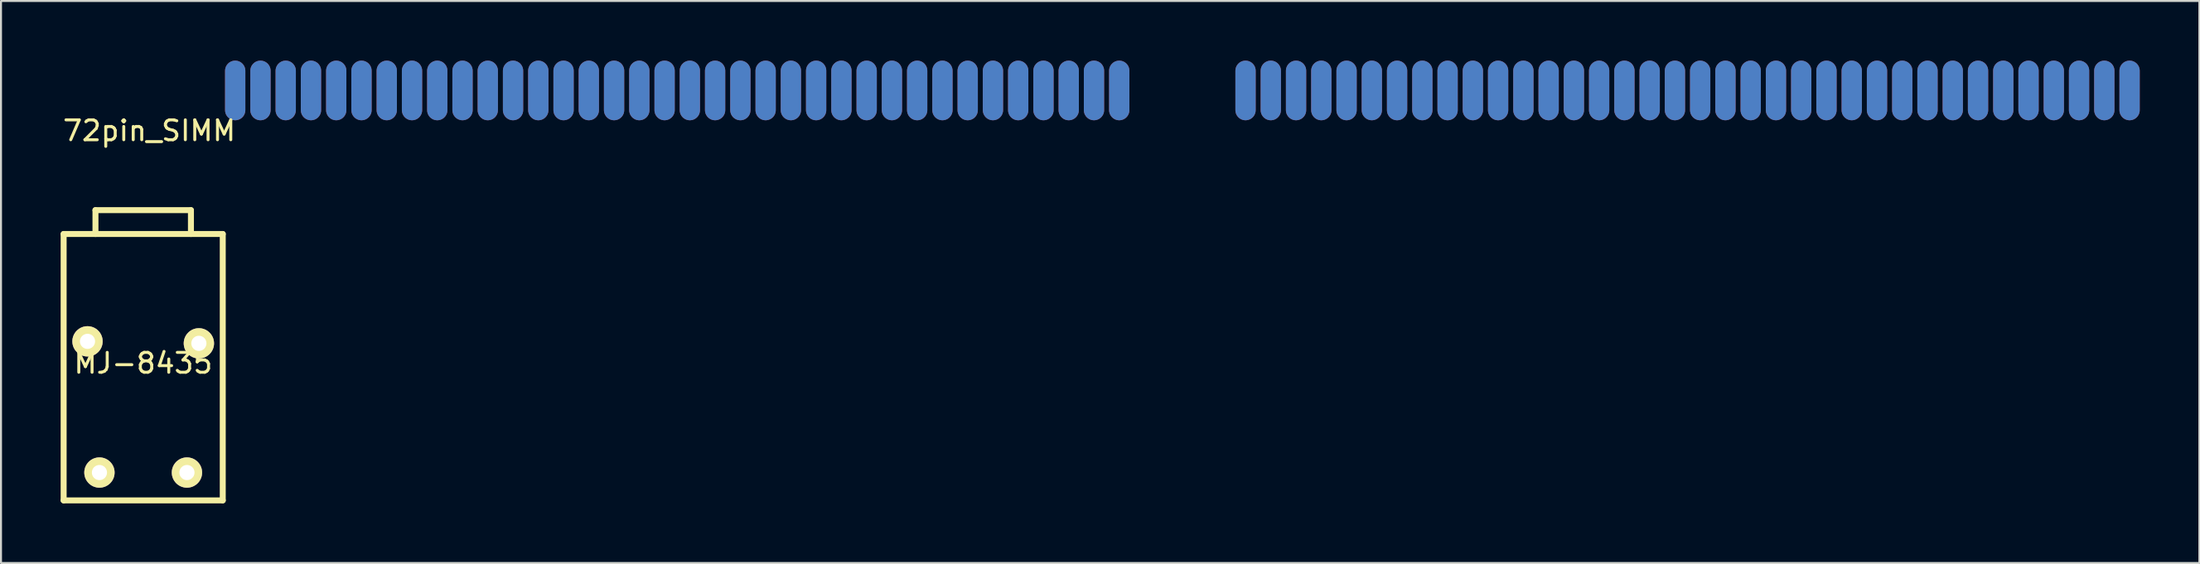
<source format=kicad_pcb>
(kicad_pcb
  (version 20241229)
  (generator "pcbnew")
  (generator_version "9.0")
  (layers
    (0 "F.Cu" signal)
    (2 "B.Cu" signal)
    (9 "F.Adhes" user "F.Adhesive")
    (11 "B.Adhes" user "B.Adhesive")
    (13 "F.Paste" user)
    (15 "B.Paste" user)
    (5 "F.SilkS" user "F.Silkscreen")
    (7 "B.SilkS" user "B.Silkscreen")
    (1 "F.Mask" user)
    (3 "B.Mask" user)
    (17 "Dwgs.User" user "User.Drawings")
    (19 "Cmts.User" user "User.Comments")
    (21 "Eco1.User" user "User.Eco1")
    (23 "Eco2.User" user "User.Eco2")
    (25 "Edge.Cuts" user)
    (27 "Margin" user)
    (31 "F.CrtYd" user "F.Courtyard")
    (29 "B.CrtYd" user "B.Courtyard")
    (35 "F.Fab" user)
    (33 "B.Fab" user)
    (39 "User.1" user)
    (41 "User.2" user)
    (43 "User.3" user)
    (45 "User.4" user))
  (footprint "72pin_SIMM"
    (layer "F.Cu")
    (at 4.458 3.024)
    (property "Reference" "72pin_SIMM" (at 0 0.5 0) (layer "F.SilkS") (effects (font (size 1 1) (thickness 0.15))))
    (attr through_hole)
    (pad "1" smd oval (at 4.318 -1.524) (size 1.02 3) (layers "F.Cu" "F.Mask" "F.Paste"))
    (pad "1" smd oval (at 4.318 -1.524) (size 1.02 3) (layers "B.Cu" "B.Mask" "B.Paste"))
    (pad "2" smd oval (at 5.588 -1.524) (size 1.02 3) (layers "F.Cu" "F.Mask" "F.Paste"))
    (pad "2" smd oval (at 5.588 -1.524) (size 1.02 3) (layers "B.Cu" "B.Mask" "B.Paste"))
    (pad "3" smd oval (at 6.858 -1.524) (size 1.02 3) (layers "F.Cu" "F.Mask" "F.Paste"))
    (pad "3" smd oval (at 6.858 -1.524) (size 1.02 3) (layers "B.Cu" "B.Mask" "B.Paste"))
    (pad "4" smd oval (at 8.128 -1.524) (size 1.02 3) (layers "F.Cu" "F.Mask" "F.Paste"))
    (pad "4" smd oval (at 8.128 -1.524) (size 1.02 3) (layers "B.Cu" "B.Mask" "B.Paste"))
    (pad "5" smd oval (at 9.398 -1.524) (size 1.02 3) (layers "F.Cu" "F.Mask" "F.Paste"))
    (pad "5" smd oval (at 9.398 -1.524) (size 1.02 3) (layers "B.Cu" "B.Mask" "B.Paste"))
    (pad "6" smd oval (at 10.668 -1.524) (size 1.02 3) (layers "F.Cu" "F.Mask" "F.Paste"))
    (pad "6" smd oval (at 10.668 -1.524) (size 1.02 3) (layers "B.Cu" "B.Mask" "B.Paste"))
    (pad "7" smd oval (at 11.938 -1.524) (size 1.02 3) (layers "F.Cu" "F.Mask" "F.Paste"))
    (pad "7" smd oval (at 11.938 -1.524) (size 1.02 3) (layers "B.Cu" "B.Mask" "B.Paste"))
    (pad "8" smd oval (at 13.208 -1.524) (size 1.02 3) (layers "F.Cu" "F.Mask" "F.Paste"))
    (pad "8" smd oval (at 13.208 -1.524) (size 1.02 3) (layers "B.Cu" "B.Mask" "B.Paste"))
    (pad "9" smd oval (at 14.478 -1.524) (size 1.02 3) (layers "F.Cu" "F.Mask" "F.Paste"))
    (pad "9" smd oval (at 14.478 -1.524) (size 1.02 3) (layers "B.Cu" "B.Mask" "B.Paste"))
    (pad "10" smd oval (at 15.748 -1.524) (size 1.02 3) (layers "F.Cu" "F.Mask" "F.Paste"))
    (pad "10" smd oval (at 15.748 -1.524) (size 1.02 3) (layers "B.Cu" "B.Mask" "B.Paste"))
    (pad "11" smd oval (at 17.018 -1.524) (size 1.02 3) (layers "F.Cu" "F.Mask" "F.Paste"))
    (pad "11" smd oval (at 17.018 -1.524) (size 1.02 3) (layers "B.Cu" "B.Mask" "B.Paste"))
    (pad "12" smd oval (at 18.288 -1.524) (size 1.02 3) (layers "F.Cu" "F.Mask" "F.Paste"))
    (pad "12" smd oval (at 18.288 -1.524) (size 1.02 3) (layers "B.Cu" "B.Mask" "B.Paste"))
    (pad "13" smd oval (at 19.558 -1.524) (size 1.02 3) (layers "F.Cu" "F.Mask" "F.Paste"))
    (pad "13" smd oval (at 19.558 -1.524) (size 1.02 3) (layers "B.Cu" "B.Mask" "B.Paste"))
    (pad "14" smd oval (at 20.828 -1.524) (size 1.02 3) (layers "F.Cu" "F.Mask" "F.Paste"))
    (pad "14" smd oval (at 20.828 -1.524) (size 1.02 3) (layers "B.Cu" "B.Mask" "B.Paste"))
    (pad "15" smd oval (at 22.098 -1.524) (size 1.02 3) (layers "F.Cu" "F.Mask" "F.Paste"))
    (pad "15" smd oval (at 22.098 -1.524) (size 1.02 3) (layers "B.Cu" "B.Mask" "B.Paste"))
    (pad "16" smd oval (at 23.368 -1.524) (size 1.02 3) (layers "F.Cu" "F.Mask" "F.Paste"))
    (pad "16" smd oval (at 23.368 -1.524) (size 1.02 3) (layers "B.Cu" "B.Mask" "B.Paste"))
    (pad "17" smd oval (at 24.638 -1.524) (size 1.02 3) (layers "F.Cu" "F.Mask" "F.Paste"))
    (pad "17" smd oval (at 24.638 -1.524) (size 1.02 3) (layers "B.Cu" "B.Mask" "B.Paste"))
    (pad "18" smd oval (at 25.908 -1.524) (size 1.02 3) (layers "F.Cu" "F.Mask" "F.Paste"))
    (pad "18" smd oval (at 25.908 -1.524) (size 1.02 3) (layers "B.Cu" "B.Mask" "B.Paste"))
    (pad "19" smd oval (at 27.178 -1.524) (size 1.02 3) (layers "F.Cu" "F.Mask" "F.Paste"))
    (pad "19" smd oval (at 27.178 -1.524) (size 1.02 3) (layers "B.Cu" "B.Mask" "B.Paste"))
    (pad "20" smd oval (at 28.448 -1.524) (size 1.02 3) (layers "F.Cu" "F.Mask" "F.Paste"))
    (pad "20" smd oval (at 28.448 -1.524) (size 1.02 3) (layers "B.Cu" "B.Mask" "B.Paste"))
    (pad "21" smd oval (at 29.718 -1.524) (size 1.02 3) (layers "F.Cu" "F.Mask" "F.Paste"))
    (pad "21" smd oval (at 29.718 -1.524) (size 1.02 3) (layers "B.Cu" "B.Mask" "B.Paste"))
    (pad "22" smd oval (at 30.988 -1.524) (size 1.02 3) (layers "F.Cu" "F.Mask" "F.Paste"))
    (pad "22" smd oval (at 30.988 -1.524) (size 1.02 3) (layers "B.Cu" "B.Mask" "B.Paste"))
    (pad "23" smd oval (at 32.258 -1.524) (size 1.02 3) (layers "F.Cu" "F.Mask" "F.Paste"))
    (pad "23" smd oval (at 32.258 -1.524) (size 1.02 3) (layers "B.Cu" "B.Mask" "B.Paste"))
    (pad "24" smd oval (at 33.528 -1.524) (size 1.02 3) (layers "F.Cu" "F.Mask" "F.Paste"))
    (pad "24" smd oval (at 33.528 -1.524) (size 1.02 3) (layers "B.Cu" "B.Mask" "B.Paste"))
    (pad "25" smd oval (at 34.798 -1.524) (size 1.02 3) (layers "F.Cu" "F.Mask" "F.Paste"))
    (pad "25" smd oval (at 34.798 -1.524) (size 1.02 3) (layers "B.Cu" "B.Mask" "B.Paste"))
    (pad "26" smd oval (at 36.068 -1.524) (size 1.02 3) (layers "F.Cu" "F.Mask" "F.Paste"))
    (pad "26" smd oval (at 36.068 -1.524) (size 1.02 3) (layers "B.Cu" "B.Mask" "B.Paste"))
    (pad "27" smd oval (at 37.338 -1.524) (size 1.02 3) (layers "F.Cu" "F.Mask" "F.Paste"))
    (pad "27" smd oval (at 37.338 -1.524) (size 1.02 3) (layers "B.Cu" "B.Mask" "B.Paste"))
    (pad "28" smd oval (at 38.608 -1.524) (size 1.02 3) (layers "F.Cu" "F.Mask" "F.Paste"))
    (pad "28" smd oval (at 38.608 -1.524) (size 1.02 3) (layers "B.Cu" "B.Mask" "B.Paste"))
    (pad "29" smd oval (at 39.878 -1.524) (size 1.02 3) (layers "F.Cu" "F.Mask" "F.Paste"))
    (pad "29" smd oval (at 39.878 -1.524) (size 1.02 3) (layers "B.Cu" "B.Mask" "B.Paste"))
    (pad "30" smd oval (at 41.148 -1.524) (size 1.02 3) (layers "F.Cu" "F.Mask" "F.Paste"))
    (pad "30" smd oval (at 41.148 -1.524) (size 1.02 3) (layers "B.Cu" "B.Mask" "B.Paste"))
    (pad "31" smd oval (at 42.418 -1.524) (size 1.02 3) (layers "F.Cu" "F.Mask" "F.Paste"))
    (pad "31" smd oval (at 42.418 -1.524) (size 1.02 3) (layers "B.Cu" "B.Mask" "B.Paste"))
    (pad "32" smd oval (at 43.688 -1.524) (size 1.02 3) (layers "F.Cu" "F.Mask" "F.Paste"))
    (pad "32" smd oval (at 43.688 -1.524) (size 1.02 3) (layers "B.Cu" "B.Mask" "B.Paste"))
    (pad "33" smd oval (at 44.958 -1.524) (size 1.02 3) (layers "F.Cu" "F.Mask" "F.Paste"))
    (pad "33" smd oval (at 44.958 -1.524) (size 1.02 3) (layers "B.Cu" "B.Mask" "B.Paste"))
    (pad "34" smd oval (at 46.228 -1.524) (size 1.02 3) (layers "F.Cu" "F.Mask" "F.Paste"))
    (pad "34" smd oval (at 46.228 -1.524) (size 1.02 3) (layers "B.Cu" "B.Mask" "B.Paste"))
    (pad "35" smd oval (at 47.498 -1.524) (size 1.02 3) (layers "F.Cu" "F.Mask" "F.Paste"))
    (pad "35" smd oval (at 47.498 -1.524) (size 1.02 3) (layers "B.Cu" "B.Mask" "B.Paste"))
    (pad "36" smd oval (at 48.768 -1.524) (size 1.02 3) (layers "F.Cu" "F.Mask" "F.Paste"))
    (pad "36" smd oval (at 48.768 -1.524) (size 1.02 3) (layers "B.Cu" "B.Mask" "B.Paste"))
    (pad "37" smd oval (at 55.118 -1.524) (size 1.02 3) (layers "F.Cu" "F.Mask" "F.Paste"))
    (pad "37" smd oval (at 55.118 -1.524) (size 1.02 3) (layers "B.Cu" "B.Mask" "B.Paste"))
    (pad "38" smd oval (at 56.388 -1.524) (size 1.02 3) (layers "F.Cu" "F.Mask" "F.Paste"))
    (pad "38" smd oval (at 56.388 -1.524) (size 1.02 3) (layers "B.Cu" "B.Mask" "B.Paste"))
    (pad "39" smd oval (at 57.658 -1.524) (size 1.02 3) (layers "F.Cu" "F.Mask" "F.Paste"))
    (pad "39" smd oval (at 57.658 -1.524) (size 1.02 3) (layers "B.Cu" "B.Mask" "B.Paste"))
    (pad "40" smd oval (at 58.928 -1.524) (size 1.02 3) (layers "F.Cu" "F.Mask" "F.Paste"))
    (pad "40" smd oval (at 58.928 -1.524) (size 1.02 3) (layers "B.Cu" "B.Mask" "B.Paste"))
    (pad "41" smd oval (at 60.198 -1.524) (size 1.02 3) (layers "F.Cu" "F.Mask" "F.Paste"))
    (pad "41" smd oval (at 60.198 -1.524) (size 1.02 3) (layers "B.Cu" "B.Mask" "B.Paste"))
    (pad "42" smd oval (at 61.468 -1.524) (size 1.02 3) (layers "F.Cu" "F.Mask" "F.Paste"))
    (pad "42" smd oval (at 61.468 -1.524) (size 1.02 3) (layers "B.Cu" "B.Mask" "B.Paste"))
    (pad "43" smd oval (at 62.738 -1.524) (size 1.02 3) (layers "F.Cu" "F.Mask" "F.Paste"))
    (pad "43" smd oval (at 62.738 -1.524) (size 1.02 3) (layers "B.Cu" "B.Mask" "B.Paste"))
    (pad "44" smd oval (at 64.008 -1.524) (size 1.02 3) (layers "F.Cu" "F.Mask" "F.Paste"))
    (pad "44" smd oval (at 64.008 -1.524) (size 1.02 3) (layers "B.Cu" "B.Mask" "B.Paste"))
    (pad "45" smd oval (at 65.278 -1.524) (size 1.02 3) (layers "F.Cu" "F.Mask" "F.Paste"))
    (pad "45" smd oval (at 65.278 -1.524) (size 1.02 3) (layers "B.Cu" "B.Mask" "B.Paste"))
    (pad "46" smd oval (at 66.548 -1.524) (size 1.02 3) (layers "F.Cu" "F.Mask" "F.Paste"))
    (pad "46" smd oval (at 66.548 -1.524) (size 1.02 3) (layers "B.Cu" "B.Mask" "B.Paste"))
    (pad "47" smd oval (at 67.818 -1.524) (size 1.02 3) (layers "F.Cu" "F.Mask" "F.Paste"))
    (pad "47" smd oval (at 67.818 -1.524) (size 1.02 3) (layers "B.Cu" "B.Mask" "B.Paste"))
    (pad "48" smd oval (at 69.088 -1.524) (size 1.02 3) (layers "F.Cu" "F.Mask" "F.Paste"))
    (pad "48" smd oval (at 69.088 -1.524) (size 1.02 3) (layers "B.Cu" "B.Mask" "B.Paste"))
    (pad "49" smd oval (at 70.358 -1.524) (size 1.02 3) (layers "F.Cu" "F.Mask" "F.Paste"))
    (pad "49" smd oval (at 70.358 -1.524) (size 1.02 3) (layers "B.Cu" "B.Mask" "B.Paste"))
    (pad "50" smd oval (at 71.628 -1.524) (size 1.02 3) (layers "F.Cu" "F.Mask" "F.Paste"))
    (pad "50" smd oval (at 71.628 -1.524) (size 1.02 3) (layers "B.Cu" "B.Mask" "B.Paste"))
    (pad "51" smd oval (at 72.898 -1.524) (size 1.02 3) (layers "F.Cu" "F.Mask" "F.Paste"))
    (pad "51" smd oval (at 72.898 -1.524) (size 1.02 3) (layers "B.Cu" "B.Mask" "B.Paste"))
    (pad "52" smd oval (at 74.168 -1.524) (size 1.02 3) (layers "F.Cu" "F.Mask" "F.Paste"))
    (pad "52" smd oval (at 74.168 -1.524) (size 1.02 3) (layers "B.Cu" "B.Mask" "B.Paste"))
    (pad "53" smd oval (at 75.438 -1.524) (size 1.02 3) (layers "F.Cu" "F.Mask" "F.Paste"))
    (pad "53" smd oval (at 75.438 -1.524) (size 1.02 3) (layers "B.Cu" "B.Mask" "B.Paste"))
    (pad "54" smd oval (at 76.708 -1.524) (size 1.02 3) (layers "F.Cu" "F.Mask" "F.Paste"))
    (pad "54" smd oval (at 76.708 -1.524) (size 1.02 3) (layers "B.Cu" "B.Mask" "B.Paste"))
    (pad "55" smd oval (at 77.978 -1.524) (size 1.02 3) (layers "F.Cu" "F.Mask" "F.Paste"))
    (pad "55" smd oval (at 77.978 -1.524) (size 1.02 3) (layers "B.Cu" "B.Mask" "B.Paste"))
    (pad "56" smd oval (at 79.248 -1.524) (size 1.02 3) (layers "F.Cu" "F.Mask" "F.Paste"))
    (pad "56" smd oval (at 79.248 -1.524) (size 1.02 3) (layers "B.Cu" "B.Mask" "B.Paste"))
    (pad "57" smd oval (at 80.518 -1.524) (size 1.02 3) (layers "F.Cu" "F.Mask" "F.Paste"))
    (pad "57" smd oval (at 80.518 -1.524) (size 1.02 3) (layers "B.Cu" "B.Mask" "B.Paste"))
    (pad "58" smd oval (at 81.788 -1.524) (size 1.02 3) (layers "F.Cu" "F.Mask" "F.Paste"))
    (pad "58" smd oval (at 81.788 -1.524) (size 1.02 3) (layers "B.Cu" "B.Mask" "B.Paste"))
    (pad "59" smd oval (at 83.058 -1.524) (size 1.02 3) (layers "F.Cu" "F.Mask" "F.Paste"))
    (pad "59" smd oval (at 83.058 -1.524) (size 1.02 3) (layers "B.Cu" "B.Mask" "B.Paste"))
    (pad "60" smd oval (at 84.328 -1.524) (size 1.02 3) (layers "F.Cu" "F.Mask" "F.Paste"))
    (pad "60" smd oval (at 84.328 -1.524) (size 1.02 3) (layers "B.Cu" "B.Mask" "B.Paste"))
    (pad "61" smd oval (at 85.598 -1.524) (size 1.02 3) (layers "F.Cu" "F.Mask" "F.Paste"))
    (pad "61" smd oval (at 85.598 -1.524) (size 1.02 3) (layers "B.Cu" "B.Mask" "B.Paste"))
    (pad "62" smd oval (at 86.868 -1.524) (size 1.02 3) (layers "F.Cu" "F.Mask" "F.Paste"))
    (pad "62" smd oval (at 86.868 -1.524) (size 1.02 3) (layers "B.Cu" "B.Mask" "B.Paste"))
    (pad "63" smd oval (at 88.138 -1.524) (size 1.02 3) (layers "F.Cu" "F.Mask" "F.Paste"))
    (pad "63" smd oval (at 88.138 -1.524) (size 1.02 3) (layers "B.Cu" "B.Mask" "B.Paste"))
    (pad "64" smd oval (at 89.408 -1.524) (size 1.02 3) (layers "F.Cu" "F.Mask" "F.Paste"))
    (pad "64" smd oval (at 89.408 -1.524) (size 1.02 3) (layers "B.Cu" "B.Mask" "B.Paste"))
    (pad "65" smd oval (at 90.678 -1.524) (size 1.02 3) (layers "F.Cu" "F.Mask" "F.Paste"))
    (pad "65" smd oval (at 90.678 -1.524) (size 1.02 3) (layers "B.Cu" "B.Mask" "B.Paste"))
    (pad "66" smd oval (at 91.948 -1.524) (size 1.02 3) (layers "F.Cu" "F.Mask" "F.Paste"))
    (pad "66" smd oval (at 91.948 -1.524) (size 1.02 3) (layers "B.Cu" "B.Mask" "B.Paste"))
    (pad "67" smd oval (at 93.218 -1.524) (size 1.02 3) (layers "F.Cu" "F.Mask" "F.Paste"))
    (pad "67" smd oval (at 93.218 -1.524) (size 1.02 3) (layers "B.Cu" "B.Mask" "B.Paste"))
    (pad "68" smd oval (at 94.488 -1.524) (size 1.02 3) (layers "F.Cu" "F.Mask" "F.Paste"))
    (pad "68" smd oval (at 94.488 -1.524) (size 1.02 3) (layers "B.Cu" "B.Mask" "B.Paste"))
    (pad "69" smd oval (at 95.758 -1.524) (size 1.02 3) (layers "F.Cu" "F.Mask" "F.Paste"))
    (pad "69" smd oval (at 95.758 -1.524) (size 1.02 3) (layers "B.Cu" "B.Mask" "B.Paste"))
    (pad "70" smd oval (at 97.028 -1.524) (size 1.02 3) (layers "F.Cu" "F.Mask" "F.Paste"))
    (pad "70" smd oval (at 97.028 -1.524) (size 1.02 3) (layers "B.Cu" "B.Mask" "B.Paste"))
    (pad "71" smd oval (at 98.298 -1.524) (size 1.02 3) (layers "F.Cu" "F.Mask" "F.Paste"))
    (pad "71" smd oval (at 98.298 -1.524) (size 1.02 3) (layers "B.Cu" "B.Mask" "B.Paste"))
    (pad "72" smd oval (at 99.568 -1.524) (size 1.02 3) (layers "F.Cu" "F.Mask" "F.Paste"))
    (pad "72" smd oval (at 99.568 -1.524) (size 1.02 3) (layers "B.Cu" "B.Mask" "B.Paste")))
  (footprint "MJ-8435"
    (layer "F.Cu")
    (at 4.15 14.722)
    (property "Reference" "MJ-8435" (at 0 0.5 0) (layer "F.SilkS") (effects (font (size 1 1) (thickness 0.15))))
    (attr through_hole)
    (fp_line (start -4 -6) (end -4 7.4) (stroke (width 0.3) (type solid)) (layer "F.SilkS"))
    (fp_line (start -4 7.4) (end 4 7.4) (stroke (width 0.3) (type solid)) (layer "F.SilkS"))
    (fp_line (start -2.4 -7.2) (end -2.4 -6) (stroke (width 0.3) (type solid)) (layer "F.SilkS"))
    (fp_line (start -2.4 -7.2) (end 2.4 -7.2) (stroke (width 0.3) (type solid)) (layer "F.SilkS"))
    (fp_line (start 2.4 -7.2) (end 2.4 -6) (stroke (width 0.3) (type solid)) (layer "F.SilkS"))
    (fp_line (start 4 -6) (end -4 -6) (stroke (width 0.3) (type solid)) (layer "F.SilkS"))
    (fp_line (start 4 7.4) (end 4 -6) (stroke (width 0.3) (type solid)) (layer "F.SilkS"))
    (pad "1" thru_hole circle (at -2.2 6) (size 1.524 1.524) (drill 0.762) (layers "*.Cu" "*.Mask" "F.SilkS"))
    (pad "2" thru_hole circle (at -2.8 -0.6) (size 1.524 1.524) (drill 0.762) (layers "*.Cu" "*.Mask" "F.SilkS"))
    (pad "2" thru_hole circle (at 2.8 -0.5) (size 1.524 1.524) (drill 0.762) (layers "*.Cu" "*.Mask" "F.SilkS"))
    (pad "3" thru_hole circle (at 2.2 6) (size 1.524 1.524) (drill 0.762) (layers "*.Cu" "*.Mask" "F.SilkS")))
  (gr_rect
    (start -3 -3)
    (end 107.536 25.272)
    (stroke (width 0.1) (type default))
    (fill no)
    (layer "Edge.Cuts")))
</source>
